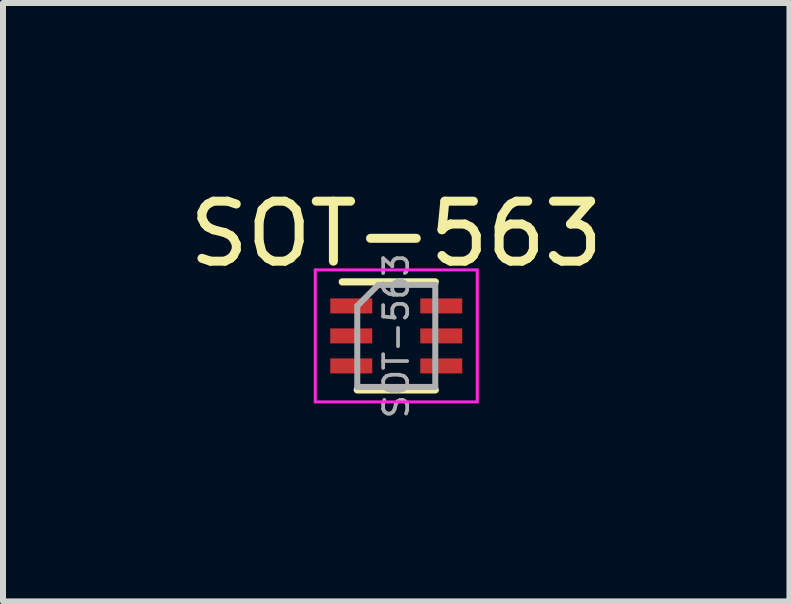
<source format=kicad_pcb>
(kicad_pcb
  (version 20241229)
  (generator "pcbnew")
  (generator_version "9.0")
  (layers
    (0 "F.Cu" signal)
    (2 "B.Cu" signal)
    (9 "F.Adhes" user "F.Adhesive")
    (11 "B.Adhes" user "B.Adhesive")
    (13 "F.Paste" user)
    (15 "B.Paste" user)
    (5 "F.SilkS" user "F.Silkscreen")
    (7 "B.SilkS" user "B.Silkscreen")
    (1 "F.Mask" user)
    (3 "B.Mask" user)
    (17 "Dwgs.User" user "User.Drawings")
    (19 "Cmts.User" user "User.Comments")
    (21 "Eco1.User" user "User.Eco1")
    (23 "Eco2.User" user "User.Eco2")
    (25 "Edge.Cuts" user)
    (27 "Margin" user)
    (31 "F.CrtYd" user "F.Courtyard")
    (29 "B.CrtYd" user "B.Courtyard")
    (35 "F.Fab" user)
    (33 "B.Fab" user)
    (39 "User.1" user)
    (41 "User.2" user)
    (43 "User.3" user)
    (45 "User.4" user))
  (footprint "SOT-563"
    (layer "F.Cu")
    (at 3.554 2.548)
    (property "Reference" "SOT-563" (at 0 -1.7 0) (layer "F.SilkS") (effects (font (size 1 1) (thickness 0.15))))
    (attr smd)
    (fp_line (start -0.9 -0.9) (end 0.65 -0.9) (stroke (width 0.12) (type solid)) (layer "F.SilkS"))
    (fp_line (start 0.65 0.9) (end -0.65 0.9) (stroke (width 0.12) (type solid)) (layer "F.SilkS"))
    (fp_line (start -1.35 -1.1) (end -1.35 1.1) (stroke (width 0.05) (type solid)) (layer "F.CrtYd"))
    (fp_line (start -1.35 -1.1) (end 1.35 -1.1) (stroke (width 0.05) (type solid)) (layer "F.CrtYd"))
    (fp_line (start 1.35 1.1) (end -1.35 1.1) (stroke (width 0.05) (type solid)) (layer "F.CrtYd"))
    (fp_line (start 1.35 1.1) (end 1.35 -1.1) (stroke (width 0.05) (type solid)) (layer "F.CrtYd"))
    (fp_line (start -0.65 -0.5) (end -0.65 0.85) (stroke (width 0.1) (type solid)) (layer "F.Fab"))
    (fp_line (start -0.65 -0.5) (end -0.3 -0.85) (stroke (width 0.1) (type solid)) (layer "F.Fab"))
    (fp_line (start -0.65 0.85) (end 0.65 0.85) (stroke (width 0.1) (type solid)) (layer "F.Fab"))
    (fp_line (start 0.65 -0.85) (end -0.3 -0.85) (stroke (width 0.1) (type solid)) (layer "F.Fab"))
    (fp_line (start 0.65 0.85) (end 0.65 -0.85) (stroke (width 0.1) (type solid)) (layer "F.Fab"))
    (fp_text user "${REFERENCE}" (at 0 0 90) (layer "F.Fab") (effects (font (size 0.4 0.4) (thickness 0.062))))
    (pad "1" smd rect (at -0.75 -0.5) (size 0.7 0.25) (layers "F.Cu" "F.Mask" "F.Paste"))
    (pad "2" smd rect (at -0.75 0) (size 0.7 0.25) (layers "F.Cu" "F.Mask" "F.Paste"))
    (pad "3" smd rect (at -0.75 0.5) (size 0.7 0.25) (layers "F.Cu" "F.Mask" "F.Paste"))
    (pad "4" smd rect (at 0.75 0.5) (size 0.7 0.25) (layers "F.Cu" "F.Mask" "F.Paste"))
    (pad "5" smd rect (at 0.75 0) (size 0.7 0.25) (layers "F.Cu" "F.Mask" "F.Paste"))
    (pad "6" smd rect (at 0.75 -0.5) (size 0.7 0.25) (layers "F.Cu" "F.Mask" "F.Paste")))
  (gr_rect
    (start -3 -3)
    (end 10.107 6.973)
    (stroke (width 0.1) (type default))
    (fill no)
    (layer "Edge.Cuts")))
</source>
